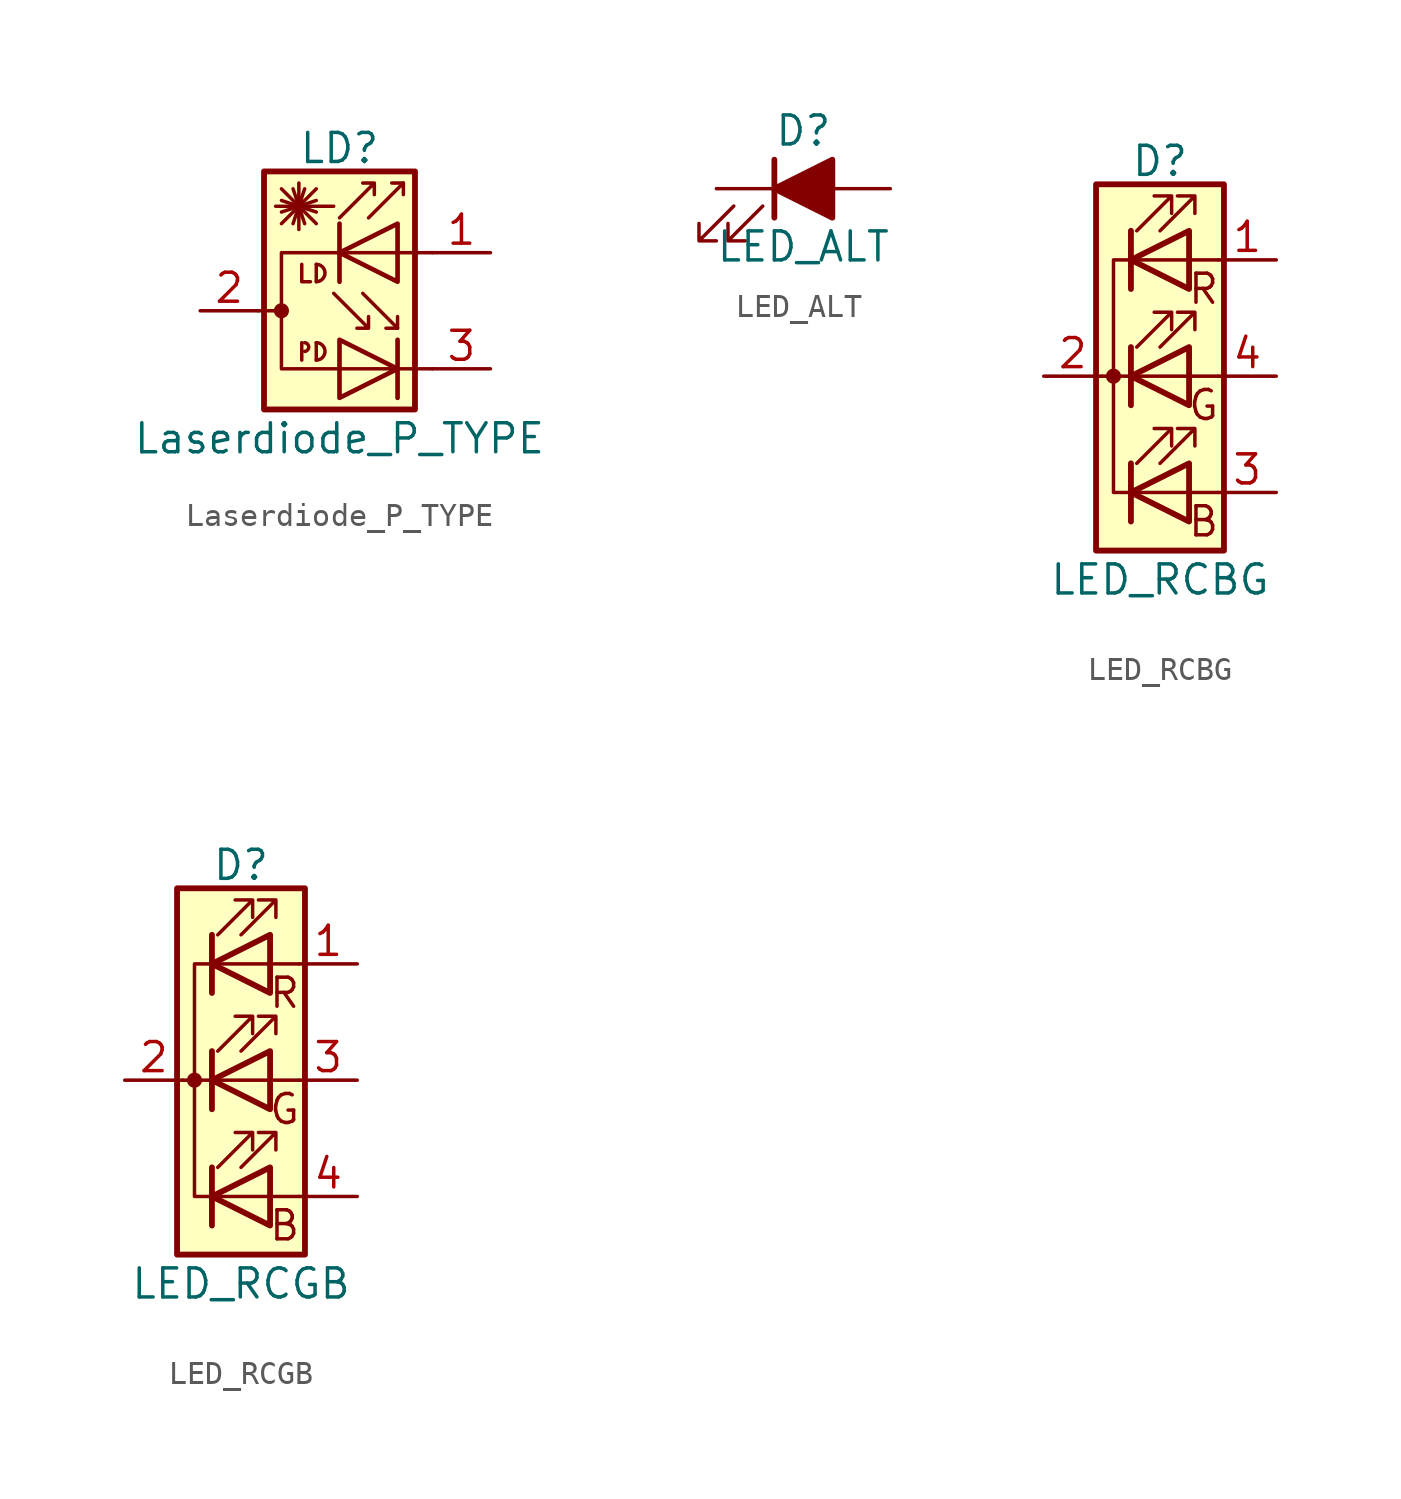
<source format=kicad_sym>
(kicad_symbol_lib
  (version 20211014)
  (generator kicad_symbol_editor)
  (symbol "Laserdiode_P_TYPE"
    (pin_names hide)
    (property "Reference" "LD"
      (at 1.016 7.112 0)
      (effects (font (size 1.27 1.27))))
    (property "Value" "Laserdiode_P_TYPE"
      (at 1.016 -5.588 0)
      (effects (font (size 1.27 1.27))))
    (symbol "Laserdiode_P_TYPE_0_1"
      (circle (center -1.524 0) (radius 0.254) (stroke (width 0) (type default) (color 0 0 0 0)) (fill (type outline)))
      (arc (start -0.508 -1.778) (mid -0.3302 -1.6002) (end -0.508 -1.397) (stroke (width 0) (type default) (color 0 0 0 0)) (fill (type none)))
      (arc (start 0 -2.159) (mid 0.381 -1.778) (end 0 -1.397) (stroke (width 0) (type default) (color 0 0 0 0)) (fill (type none)))
      (polyline (pts (xy -2.54 0) (xy -1.524 0)) (stroke (width 0) (type default) (color 0 0 0 0)) (fill (type none)))
      (polyline (pts (xy -1.524 3.81) (xy 0 5.334)) (stroke (width 0) (type default) (color 0 0 0 0)) (fill (type none)))
      (polyline (pts (xy -1.524 4.318) (xy 0 4.826)) (stroke (width 0) (type default) (color 0 0 0 0)) (fill (type none)))
      (polyline (pts (xy -1.524 4.826) (xy 0 4.318)) (stroke (width 0) (type default) (color 0 0 0 0)) (fill (type none)))
      (polyline (pts (xy -1.524 5.334) (xy 0 3.81)) (stroke (width 0) (type default) (color 0 0 0 0)) (fill (type none)))
      (polyline (pts (xy -1.016 5.334) (xy -0.508 3.81)) (stroke (width 0) (type default) (color 0 0 0 0)) (fill (type none)))
      (polyline (pts (xy -0.762 4.572) (xy -0.762 3.556)) (stroke (width 0) (type default) (color 0 0 0 0)) (fill (type none)))
      (polyline (pts (xy -0.762 4.572) (xy -0.762 5.588)) (stroke (width 0) (type default) (color 0 0 0 0)) (fill (type none)))
      (polyline (pts (xy -0.635 -1.397) (xy -0.635 -2.159)) (stroke (width 0) (type default) (color 0 0 0 0)) (fill (type none)))
      (polyline (pts (xy -0.508 5.334) (xy -1.016 3.81)) (stroke (width 0) (type default) (color 0 0 0 0)) (fill (type none)))
      (polyline (pts (xy 0 -1.397) (xy 0 -2.159)) (stroke (width 0) (type default) (color 0 0 0 0)) (fill (type none)))
      (polyline (pts (xy 0 2.032) (xy 0 1.27)) (stroke (width 0) (type default) (color 0 0 0 0)) (fill (type none)))
      (polyline (pts (xy 0.762 4.572) (xy -1.778 4.572)) (stroke (width 0) (type default) (color 0 0 0 0)) (fill (type none)))
      (polyline (pts (xy 1.016 3.81) (xy 1.016 1.27)) (stroke (width 0.203) (type default) (color 0 0 0 0)) (fill (type none)))
      (polyline (pts (xy 3.556 -1.27) (xy 3.556 -3.81)) (stroke (width 0.203) (type default) (color 0 0 0 0)) (fill (type none)))
      (polyline (pts (xy 3.556 -0.762) (xy 3.048 -0.762)) (stroke (width 0) (type default) (color 0 0 0 0)) (fill (type none)))
      (polyline (pts (xy 3.81 5.588) (xy 3.302 5.588)) (stroke (width 0) (type default) (color 0 0 0 0)) (fill (type none)))
      (polyline (pts (xy -0.635 2.032) (xy -0.635 1.27) (xy -0.254 1.27)) (stroke (width 0) (type default) (color 0 0 0 0)) (fill (type none)))
      (polyline (pts (xy 2.032 0.762) (xy 3.556 -0.762) (xy 3.556 -0.254)) (stroke (width 0) (type default) (color 0 0 0 0)) (fill (type none)))
      (polyline (pts (xy 2.286 4.064) (xy 3.81 5.588) (xy 3.81 5.08)) (stroke (width 0) (type default) (color 0 0 0 0)) (fill (type none)))
      (polyline (pts (xy 1.016 -1.27) (xy 1.016 -3.81) (xy 3.556 -2.54) (xy 1.016 -1.27)) (stroke (width 0.203) (type default) (color 0 0 0 0)) (fill (type none)))
      (polyline (pts (xy 3.556 3.81) (xy 3.556 1.27) (xy 1.016 2.54) (xy 3.556 3.81)) (stroke (width 0.203) (type default) (color 0 0 0 0)) (fill (type none)))
      (polyline (pts (xy 5.08 2.54) (xy -1.524 2.54) (xy -1.524 -2.54) (xy 5.08 -2.54)) (stroke (width 0) (type default) (color 0 0 0 0)) (fill (type none)))
      (polyline (pts (xy 0.762 0.762) (xy 2.286 -0.762) (xy 2.286 -0.254) (xy 2.286 -0.762) (xy 1.778 -0.762)) (stroke (width 0) (type default) (color 0 0 0 0)) (fill (type none)))
      (polyline (pts (xy 1.016 4.064) (xy 2.54 5.588) (xy 2.54 5.08) (xy 2.54 5.588) (xy 2.032 5.588)) (stroke (width 0) (type default) (color 0 0 0 0)) (fill (type none)))
      (arc (start 0 1.27) (mid 0.381 1.651) (end 0 2.032) (stroke (width 0) (type default) (color 0 0 0 0)) (fill (type none)))
      (rectangle (start 4.318 6.096) (end -2.286 -4.318) (stroke (width 0.254) (type default) (color 0 0 0 0)) (fill (type background))))
    (symbol "Laserdiode_P_TYPE_1_1"
      (pin passive line (at 7.62 2.54 180) (length 2.54) (name "~" (effects (font (size 1.27 1.27)))) (number "1" (effects (font (size 1.27 1.27)))))
      (pin passive line (at -5.08 0 0) (length 2.54) (name "~" (effects (font (size 1.27 1.27)))) (number "2" (effects (font (size 1.27 1.27)))))
      (pin passive line (at 7.62 -2.54 180) (length 2.54) (name "~" (effects (font (size 1.27 1.27)))) (number "3" (effects (font (size 1.27 1.27)))))))
  (symbol "LED_ALT"
    (pin_numbers hide)
    (pin_names
      (offset 1.016) hide)
    (property "Reference" "D"
      (at 0 2.54 0)
      (effects (font (size 1.27 1.27))))
    (property "Value" "LED_ALT"
      (at 0 -2.54 0)
      (effects (font (size 1.27 1.27))))
    (symbol "LED_ALT_0_1"
      (polyline (pts (xy -1.27 -1.27) (xy -1.27 1.27)) (stroke (width 0.254) (type default) (color 0 0 0 0)) (fill (type none)))
      (polyline (pts (xy -1.27 0) (xy 1.27 0)) (stroke (width 0) (type default) (color 0 0 0 0)) (fill (type none)))
      (polyline (pts (xy 1.27 -1.27) (xy 1.27 1.27) (xy -1.27 0) (xy 1.27 -1.27)) (stroke (width 0.254) (type default) (color 0 0 0 0)) (fill (type outline)))
      (polyline (pts (xy -3.048 -0.762) (xy -4.572 -2.286) (xy -3.81 -2.286) (xy -4.572 -2.286) (xy -4.572 -1.524)) (stroke (width 0) (type default) (color 0 0 0 0)) (fill (type none)))
      (polyline (pts (xy -1.778 -0.762) (xy -3.302 -2.286) (xy -2.54 -2.286) (xy -3.302 -2.286) (xy -3.302 -1.524)) (stroke (width 0) (type default) (color 0 0 0 0)) (fill (type none))))
    (symbol "LED_ALT_1_1"
      (pin passive line (at -3.81 0 0) (length 2.54) (name "K" (effects (font (size 1.27 1.27)))) (number "1" (effects (font (size 1.27 1.27)))))
      (pin passive line (at 3.81 0 180) (length 2.54) (name "A" (effects (font (size 1.27 1.27)))) (number "2" (effects (font (size 1.27 1.27)))))))
  (symbol "LED_RCBG"
    (pin_names
      (offset 0) hide)
    (property "Reference" "D"
      (at 0 9.398 0)
      (effects (font (size 1.27 1.27))))
    (property "Value" "LED_RCBG"
      (at 0 -8.89 0)
      (effects (font (size 1.27 1.27))))
    (symbol "LED_RCBG_0_0"
      (text "B" (at 1.905 -6.35 0) (effects (font (size 1.27 1.27))))
      (text "G" (at 1.905 -1.27 0) (effects (font (size 1.27 1.27))))
      (text "R" (at 1.905 3.81 0) (effects (font (size 1.27 1.27)))))
    (symbol "LED_RCBG_0_1"
      (circle (center -2.032 0) (radius 0.254) (stroke (width 0) (type default) (color 0 0 0 0)) (fill (type outline)))
      (polyline (pts (xy -1.27 -5.08) (xy 1.27 -5.08)) (stroke (width 0) (type default) (color 0 0 0 0)) (fill (type none)))
      (polyline (pts (xy -1.27 -3.81) (xy -1.27 -6.35)) (stroke (width 0.254) (type default) (color 0 0 0 0)) (fill (type none)))
      (polyline (pts (xy -1.27 0) (xy -2.54 0)) (stroke (width 0) (type default) (color 0 0 0 0)) (fill (type none)))
      (polyline (pts (xy -1.27 1.27) (xy -1.27 -1.27)) (stroke (width 0.254) (type default) (color 0 0 0 0)) (fill (type none)))
      (polyline (pts (xy -1.27 5.08) (xy 1.27 5.08)) (stroke (width 0) (type default) (color 0 0 0 0)) (fill (type none)))
      (polyline (pts (xy -1.27 6.35) (xy -1.27 3.81)) (stroke (width 0.254) (type default) (color 0 0 0 0)) (fill (type none)))
      (polyline (pts (xy 1.27 -5.08) (xy 2.54 -5.08)) (stroke (width 0) (type default) (color 0 0 0 0)) (fill (type none)))
      (polyline (pts (xy 1.27 0) (xy -1.27 0)) (stroke (width 0) (type default) (color 0 0 0 0)) (fill (type none)))
      (polyline (pts (xy 1.27 0) (xy 2.54 0)) (stroke (width 0) (type default) (color 0 0 0 0)) (fill (type none)))
      (polyline (pts (xy 1.27 5.08) (xy 2.54 5.08)) (stroke (width 0) (type default) (color 0 0 0 0)) (fill (type none)))
      (polyline (pts (xy -1.27 1.27) (xy -1.27 -1.27) (xy -1.27 -1.27)) (stroke (width 0) (type default) (color 0 0 0 0)) (fill (type none)))
      (polyline (pts (xy -1.27 6.35) (xy -1.27 3.81) (xy -1.27 3.81)) (stroke (width 0) (type default) (color 0 0 0 0)) (fill (type none)))
      (polyline (pts (xy -1.27 5.08) (xy -2.032 5.08) (xy -2.032 -5.08) (xy -1.016 -5.08)) (stroke (width 0) (type default) (color 0 0 0 0)) (fill (type none)))
      (polyline (pts (xy 1.27 -3.81) (xy 1.27 -6.35) (xy -1.27 -5.08) (xy 1.27 -3.81)) (stroke (width 0.254) (type default) (color 0 0 0 0)) (fill (type none)))
      (polyline (pts (xy 1.27 1.27) (xy 1.27 -1.27) (xy -1.27 0) (xy 1.27 1.27)) (stroke (width 0.254) (type default) (color 0 0 0 0)) (fill (type none)))
      (polyline (pts (xy 1.27 6.35) (xy 1.27 3.81) (xy -1.27 5.08) (xy 1.27 6.35)) (stroke (width 0.254) (type default) (color 0 0 0 0)) (fill (type none)))
      (polyline (pts (xy -1.016 -3.81) (xy 0.508 -2.286) (xy -0.254 -2.286) (xy 0.508 -2.286) (xy 0.508 -3.048)) (stroke (width 0) (type default) (color 0 0 0 0)) (fill (type none)))
      (polyline (pts (xy -1.016 1.27) (xy 0.508 2.794) (xy -0.254 2.794) (xy 0.508 2.794) (xy 0.508 2.032)) (stroke (width 0) (type default) (color 0 0 0 0)) (fill (type none)))
      (polyline (pts (xy -1.016 6.35) (xy 0.508 7.874) (xy -0.254 7.874) (xy 0.508 7.874) (xy 0.508 7.112)) (stroke (width 0) (type default) (color 0 0 0 0)) (fill (type none)))
      (polyline (pts (xy 0 -3.81) (xy 1.524 -2.286) (xy 0.762 -2.286) (xy 1.524 -2.286) (xy 1.524 -3.048)) (stroke (width 0) (type default) (color 0 0 0 0)) (fill (type none)))
      (polyline (pts (xy 0 1.27) (xy 1.524 2.794) (xy 0.762 2.794) (xy 1.524 2.794) (xy 1.524 2.032)) (stroke (width 0) (type default) (color 0 0 0 0)) (fill (type none)))
      (polyline (pts (xy 0 6.35) (xy 1.524 7.874) (xy 0.762 7.874) (xy 1.524 7.874) (xy 1.524 7.112)) (stroke (width 0) (type default) (color 0 0 0 0)) (fill (type none)))
      (rectangle (start 1.27 -1.27) (end 1.27 1.27) (stroke (width 0) (type default) (color 0 0 0 0)) (fill (type none)))
      (rectangle (start 1.27 1.27) (end 1.27 1.27) (stroke (width 0) (type default) (color 0 0 0 0)) (fill (type none)))
      (rectangle (start 1.27 3.81) (end 1.27 6.35) (stroke (width 0) (type default) (color 0 0 0 0)) (fill (type none)))
      (rectangle (start 1.27 6.35) (end 1.27 6.35) (stroke (width 0) (type default) (color 0 0 0 0)) (fill (type none)))
      (rectangle (start 2.794 8.382) (end -2.794 -7.62) (stroke (width 0.254) (type default) (color 0 0 0 0)) (fill (type background))))
    (symbol "LED_RCBG_1_1"
      (pin passive line (at 5.08 5.08 180) (length 2.54) (name "RA" (effects (font (size 1.27 1.27)))) (number "1" (effects (font (size 1.27 1.27)))))
      (pin passive line (at -5.08 0 0) (length 2.54) (name "K" (effects (font (size 1.27 1.27)))) (number "2" (effects (font (size 1.27 1.27)))))
      (pin passive line (at 5.08 -5.08 180) (length 2.54) (name "BA" (effects (font (size 1.27 1.27)))) (number "3" (effects (font (size 1.27 1.27)))))
      (pin passive line (at 5.08 0 180) (length 2.54) (name "GA" (effects (font (size 1.27 1.27)))) (number "4" (effects (font (size 1.27 1.27)))))))
  (symbol "LED_RCGB"
    (pin_names
      (offset 0) hide)
    (property "Reference" "D"
      (at 0 9.398 0)
      (effects (font (size 1.27 1.27))))
    (property "Value" "LED_RCGB"
      (at 0 -8.89 0)
      (effects (font (size 1.27 1.27))))
    (symbol "LED_RCGB_0_0"
      (text "B" (at 1.905 -6.35 0) (effects (font (size 1.27 1.27))))
      (text "G" (at 1.905 -1.27 0) (effects (font (size 1.27 1.27))))
      (text "R" (at 1.905 3.81 0) (effects (font (size 1.27 1.27)))))
    (symbol "LED_RCGB_0_1"
      (circle (center -2.032 0) (radius 0.254) (stroke (width 0) (type default) (color 0 0 0 0)) (fill (type outline)))
      (polyline (pts (xy -1.27 -5.08) (xy 1.27 -5.08)) (stroke (width 0) (type default) (color 0 0 0 0)) (fill (type none)))
      (polyline (pts (xy -1.27 -3.81) (xy -1.27 -6.35)) (stroke (width 0.254) (type default) (color 0 0 0 0)) (fill (type none)))
      (polyline (pts (xy -1.27 0) (xy -2.54 0)) (stroke (width 0) (type default) (color 0 0 0 0)) (fill (type none)))
      (polyline (pts (xy -1.27 1.27) (xy -1.27 -1.27)) (stroke (width 0.254) (type default) (color 0 0 0 0)) (fill (type none)))
      (polyline (pts (xy -1.27 5.08) (xy 1.27 5.08)) (stroke (width 0) (type default) (color 0 0 0 0)) (fill (type none)))
      (polyline (pts (xy -1.27 6.35) (xy -1.27 3.81)) (stroke (width 0.254) (type default) (color 0 0 0 0)) (fill (type none)))
      (polyline (pts (xy 1.27 -5.08) (xy 2.54 -5.08)) (stroke (width 0) (type default) (color 0 0 0 0)) (fill (type none)))
      (polyline (pts (xy 1.27 0) (xy -1.27 0)) (stroke (width 0) (type default) (color 0 0 0 0)) (fill (type none)))
      (polyline (pts (xy 1.27 0) (xy 2.54 0)) (stroke (width 0) (type default) (color 0 0 0 0)) (fill (type none)))
      (polyline (pts (xy 1.27 5.08) (xy 2.54 5.08)) (stroke (width 0) (type default) (color 0 0 0 0)) (fill (type none)))
      (polyline (pts (xy -1.27 1.27) (xy -1.27 -1.27) (xy -1.27 -1.27)) (stroke (width 0) (type default) (color 0 0 0 0)) (fill (type none)))
      (polyline (pts (xy -1.27 6.35) (xy -1.27 3.81) (xy -1.27 3.81)) (stroke (width 0) (type default) (color 0 0 0 0)) (fill (type none)))
      (polyline (pts (xy -1.27 5.08) (xy -2.032 5.08) (xy -2.032 -5.08) (xy -1.016 -5.08)) (stroke (width 0) (type default) (color 0 0 0 0)) (fill (type none)))
      (polyline (pts (xy 1.27 -3.81) (xy 1.27 -6.35) (xy -1.27 -5.08) (xy 1.27 -3.81)) (stroke (width 0.254) (type default) (color 0 0 0 0)) (fill (type none)))
      (polyline (pts (xy 1.27 1.27) (xy 1.27 -1.27) (xy -1.27 0) (xy 1.27 1.27)) (stroke (width 0.254) (type default) (color 0 0 0 0)) (fill (type none)))
      (polyline (pts (xy 1.27 6.35) (xy 1.27 3.81) (xy -1.27 5.08) (xy 1.27 6.35)) (stroke (width 0.254) (type default) (color 0 0 0 0)) (fill (type none)))
      (polyline (pts (xy -1.016 -3.81) (xy 0.508 -2.286) (xy -0.254 -2.286) (xy 0.508 -2.286) (xy 0.508 -3.048)) (stroke (width 0) (type default) (color 0 0 0 0)) (fill (type none)))
      (polyline (pts (xy -1.016 1.27) (xy 0.508 2.794) (xy -0.254 2.794) (xy 0.508 2.794) (xy 0.508 2.032)) (stroke (width 0) (type default) (color 0 0 0 0)) (fill (type none)))
      (polyline (pts (xy -1.016 6.35) (xy 0.508 7.874) (xy -0.254 7.874) (xy 0.508 7.874) (xy 0.508 7.112)) (stroke (width 0) (type default) (color 0 0 0 0)) (fill (type none)))
      (polyline (pts (xy 0 -3.81) (xy 1.524 -2.286) (xy 0.762 -2.286) (xy 1.524 -2.286) (xy 1.524 -3.048)) (stroke (width 0) (type default) (color 0 0 0 0)) (fill (type none)))
      (polyline (pts (xy 0 1.27) (xy 1.524 2.794) (xy 0.762 2.794) (xy 1.524 2.794) (xy 1.524 2.032)) (stroke (width 0) (type default) (color 0 0 0 0)) (fill (type none)))
      (polyline (pts (xy 0 6.35) (xy 1.524 7.874) (xy 0.762 7.874) (xy 1.524 7.874) (xy 1.524 7.112)) (stroke (width 0) (type default) (color 0 0 0 0)) (fill (type none)))
      (rectangle (start 1.27 -1.27) (end 1.27 1.27) (stroke (width 0) (type default) (color 0 0 0 0)) (fill (type none)))
      (rectangle (start 1.27 1.27) (end 1.27 1.27) (stroke (width 0) (type default) (color 0 0 0 0)) (fill (type none)))
      (rectangle (start 1.27 3.81) (end 1.27 6.35) (stroke (width 0) (type default) (color 0 0 0 0)) (fill (type none)))
      (rectangle (start 1.27 6.35) (end 1.27 6.35) (stroke (width 0) (type default) (color 0 0 0 0)) (fill (type none)))
      (rectangle (start 2.794 8.382) (end -2.794 -7.62) (stroke (width 0.254) (type default) (color 0 0 0 0)) (fill (type background))))
    (symbol "LED_RCGB_1_1"
      (pin passive line (at 5.08 5.08 180) (length 2.54) (name "RA" (effects (font (size 1.27 1.27)))) (number "1" (effects (font (size 1.27 1.27)))))
      (pin passive line (at -5.08 0 0) (length 2.54) (name "K" (effects (font (size 1.27 1.27)))) (number "2" (effects (font (size 1.27 1.27)))))
      (pin passive line (at 5.08 0 180) (length 2.54) (name "GA" (effects (font (size 1.27 1.27)))) (number "3" (effects (font (size 1.27 1.27)))))
      (pin passive line (at 5.08 -5.08 180) (length 2.54) (name "BA" (effects (font (size 1.27 1.27)))) (number "4" (effects (font (size 1.27 1.27))))))))
</source>
